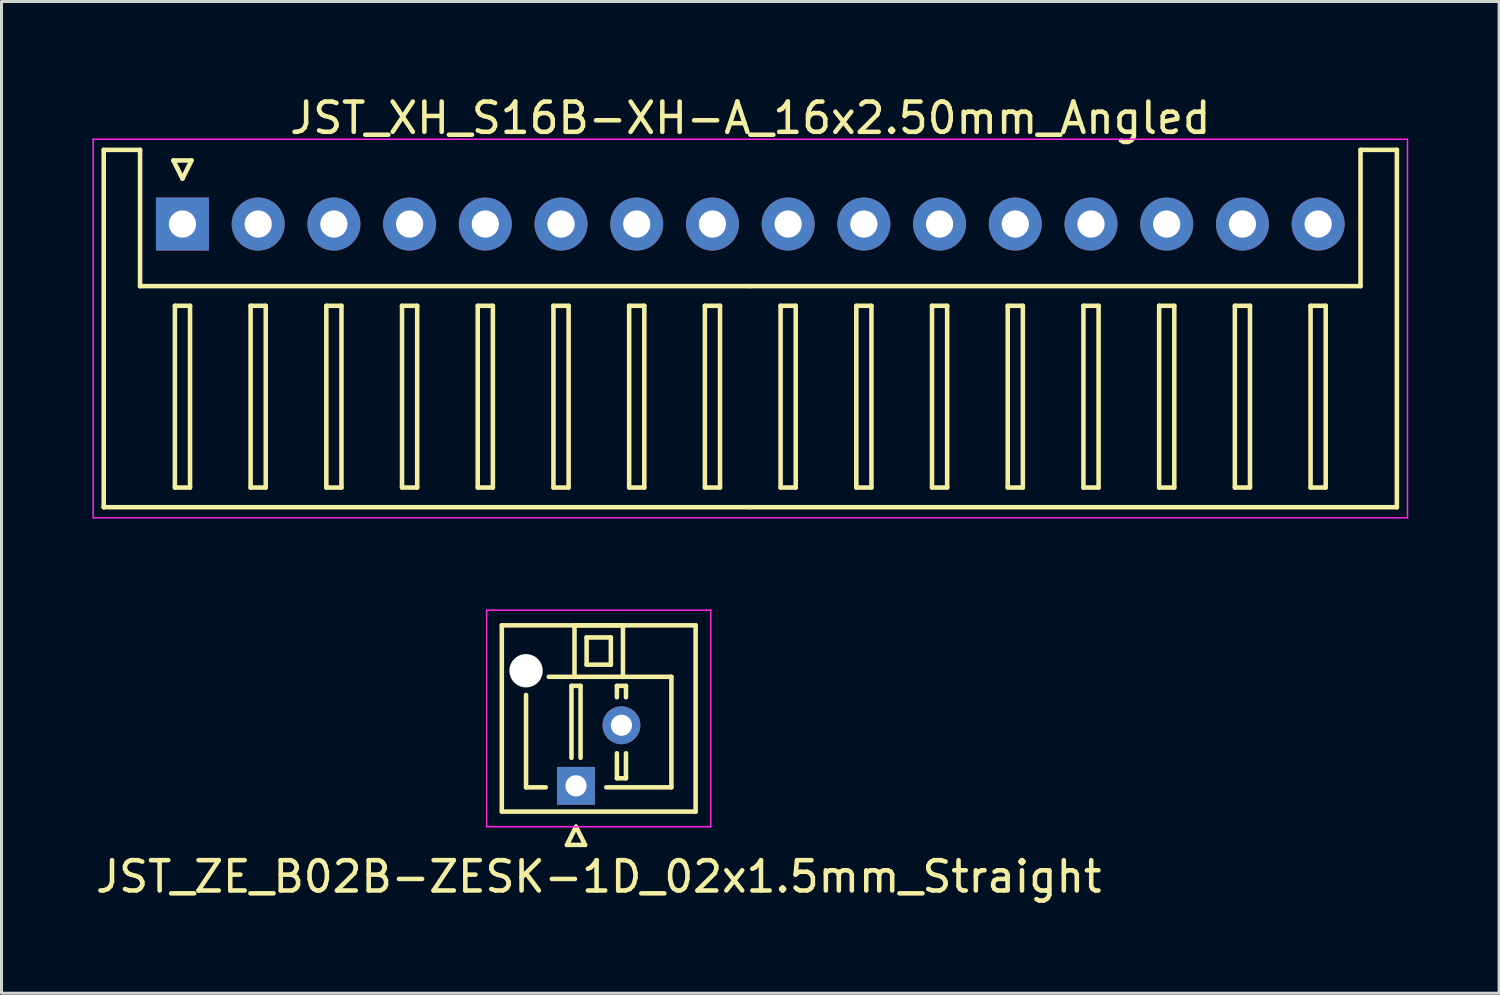
<source format=kicad_pcb>
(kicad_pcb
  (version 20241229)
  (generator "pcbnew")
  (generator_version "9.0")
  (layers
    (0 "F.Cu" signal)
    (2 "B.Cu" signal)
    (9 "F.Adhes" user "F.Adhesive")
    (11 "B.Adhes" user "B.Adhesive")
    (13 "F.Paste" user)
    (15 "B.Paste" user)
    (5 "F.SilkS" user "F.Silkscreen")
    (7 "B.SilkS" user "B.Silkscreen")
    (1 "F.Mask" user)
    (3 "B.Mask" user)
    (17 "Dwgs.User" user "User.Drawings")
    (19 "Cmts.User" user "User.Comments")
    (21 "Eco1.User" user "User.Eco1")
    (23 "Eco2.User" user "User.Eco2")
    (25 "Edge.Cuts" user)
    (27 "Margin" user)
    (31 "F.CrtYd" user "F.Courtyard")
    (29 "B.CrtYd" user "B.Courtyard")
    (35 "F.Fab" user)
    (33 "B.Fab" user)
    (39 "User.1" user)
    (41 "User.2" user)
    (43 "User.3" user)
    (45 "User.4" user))
  (footprint "JST_ZE_B02B-ZESK-1D_02x1.5mm_Straight"
    (layer "F.Cu")
    (at 15.97 22.898)
    (property "Reference" "JST_ZE_B02B-ZESK-1D_02x1.5mm_Straight" (at 0.75 3 0) (layer "F.SilkS") (effects (font (size 1 1) (thickness 0.15))))
    (attr through_hole)
    (fp_line (start -2.45 -5.3) (end -2.45 0.85) (stroke (width 0.15) (type solid)) (layer "F.SilkS"))
    (fp_line (start -2.45 0.85) (end 3.95 0.85) (stroke (width 0.15) (type solid)) (layer "F.SilkS"))
    (fp_line (start -1.65 -3) (end -1.65 0.05) (stroke (width 0.15) (type solid)) (layer "F.SilkS"))
    (fp_line (start -1.65 0.05) (end -1 0.05) (stroke (width 0.15) (type solid)) (layer "F.SilkS"))
    (fp_line (start -0.3 1.95) (end 0 1.35) (stroke (width 0.15) (type solid)) (layer "F.SilkS"))
    (fp_line (start -0.15 -3.3) (end 0.15 -3.3) (stroke (width 0.15) (type solid)) (layer "F.SilkS"))
    (fp_line (start -0.15 -0.925) (end -0.15 -3.3) (stroke (width 0.15) (type solid)) (layer "F.SilkS"))
    (fp_line (start -0.05 -5.3) (end -0.05 -3.6) (stroke (width 0.15) (type solid)) (layer "F.SilkS"))
    (fp_line (start -0.05 -3.6) (end -0.9 -3.6) (stroke (width 0.15) (type solid)) (layer "F.SilkS"))
    (fp_line (start -0.05 -3.6) (end 1.55 -3.6) (stroke (width 0.15) (type solid)) (layer "F.SilkS"))
    (fp_line (start 0 1.35) (end 0.3 1.95) (stroke (width 0.15) (type solid)) (layer "F.SilkS"))
    (fp_line (start 0.15 -3.3) (end 0.15 -0.925) (stroke (width 0.15) (type solid)) (layer "F.SilkS"))
    (fp_line (start 0.3 1.95) (end -0.3 1.95) (stroke (width 0.15) (type solid)) (layer "F.SilkS"))
    (fp_line (start 0.35 -4.9) (end 0.35 -4) (stroke (width 0.15) (type solid)) (layer "F.SilkS"))
    (fp_line (start 0.35 -4) (end 1.15 -4) (stroke (width 0.15) (type solid)) (layer "F.SilkS"))
    (fp_line (start 1.15 -4.9) (end 0.35 -4.9) (stroke (width 0.15) (type solid)) (layer "F.SilkS"))
    (fp_line (start 1.15 -4) (end 1.15 -4.9) (stroke (width 0.15) (type solid)) (layer "F.SilkS"))
    (fp_line (start 1.35 -3.3) (end 1.65 -3.3) (stroke (width 0.15) (type solid)) (layer "F.SilkS"))
    (fp_line (start 1.35 -2.925) (end 1.35 -3.3) (stroke (width 0.15) (type solid)) (layer "F.SilkS"))
    (fp_line (start 1.35 -1.075) (end 1.35 -0.25) (stroke (width 0.15) (type solid)) (layer "F.SilkS"))
    (fp_line (start 1.35 -0.25) (end 1.65 -0.25) (stroke (width 0.15) (type solid)) (layer "F.SilkS"))
    (fp_line (start 1.55 -5.3) (end -0.05 -5.3) (stroke (width 0.15) (type solid)) (layer "F.SilkS"))
    (fp_line (start 1.55 -3.6) (end 1.55 -5.3) (stroke (width 0.15) (type solid)) (layer "F.SilkS"))
    (fp_line (start 1.55 -3.6) (end 3.15 -3.6) (stroke (width 0.15) (type solid)) (layer "F.SilkS"))
    (fp_line (start 1.65 -3.3) (end 1.65 -2.925) (stroke (width 0.15) (type solid)) (layer "F.SilkS"))
    (fp_line (start 1.65 -0.25) (end 1.65 -1.075) (stroke (width 0.15) (type solid)) (layer "F.SilkS"))
    (fp_line (start 3.15 -3.6) (end 3.15 0.05) (stroke (width 0.15) (type solid)) (layer "F.SilkS"))
    (fp_line (start 3.15 0.05) (end 1 0.05) (stroke (width 0.15) (type solid)) (layer "F.SilkS"))
    (fp_line (start 3.95 -5.3) (end -2.45 -5.3) (stroke (width 0.15) (type solid)) (layer "F.SilkS"))
    (fp_line (start 3.95 0.85) (end 3.95 -5.3) (stroke (width 0.15) (type solid)) (layer "F.SilkS"))
    (fp_line (start -2.95 -5.8) (end -2.95 1.35) (stroke (width 0.05) (type solid)) (layer "F.CrtYd"))
    (fp_line (start -2.95 1.35) (end 4.45 1.35) (stroke (width 0.05) (type solid)) (layer "F.CrtYd"))
    (fp_line (start 4.45 -5.8) (end -2.95 -5.8) (stroke (width 0.05) (type solid)) (layer "F.CrtYd"))
    (fp_line (start 4.45 1.35) (end 4.45 -5.8) (stroke (width 0.05) (type solid)) (layer "F.CrtYd"))
    (pad "" np_thru_hole circle (at -1.65 -3.8) (size 1.1 1.1) (drill 1.1) (layers "*.Cu"))
    (pad "1" thru_hole rect (at 0 0) (size 1.25 1.25) (drill 0.7) (layers "*.Cu" "*.Mask"))
    (pad "2" thru_hole circle (at 1.5 -2) (size 1.25 1.25) (drill 0.7) (layers "*.Cu" "*.Mask")))
  (footprint "JST_XH_S16B-XH-A_16x2.50mm_Angled"
    (layer "F.Cu")
    (at 2.975 4.348)
    (property "Reference" "JST_XH_S16B-XH-A_16x2.50mm_Angled" (at 18.75 -3.5 0) (layer "F.SilkS") (effects (font (size 1 1) (thickness 0.15))))
    (attr through_hole)
    (fp_line (start -2.6 -2.45) (end -1.4 -2.45) (stroke (width 0.15) (type solid)) (layer "F.SilkS"))
    (fp_line (start -2.6 9.35) (end -2.6 -2.45) (stroke (width 0.15) (type solid)) (layer "F.SilkS"))
    (fp_line (start -1.4 -2.45) (end -1.4 2.05) (stroke (width 0.15) (type solid)) (layer "F.SilkS"))
    (fp_line (start -1.4 2.05) (end 18.75 2.05) (stroke (width 0.15) (type solid)) (layer "F.SilkS"))
    (fp_line (start -0.3 -2.1) (end 0.3 -2.1) (stroke (width 0.15) (type solid)) (layer "F.SilkS"))
    (fp_line (start -0.25 2.7) (end -0.25 8.7) (stroke (width 0.15) (type solid)) (layer "F.SilkS"))
    (fp_line (start -0.25 8.7) (end 0.25 8.7) (stroke (width 0.15) (type solid)) (layer "F.SilkS"))
    (fp_line (start 0 -1.5) (end -0.3 -2.1) (stroke (width 0.15) (type solid)) (layer "F.SilkS"))
    (fp_line (start 0.25 2.7) (end -0.25 2.7) (stroke (width 0.15) (type solid)) (layer "F.SilkS"))
    (fp_line (start 0.25 8.7) (end 0.25 2.7) (stroke (width 0.15) (type solid)) (layer "F.SilkS"))
    (fp_line (start 0.3 -2.1) (end 0 -1.5) (stroke (width 0.15) (type solid)) (layer "F.SilkS"))
    (fp_line (start 2.25 2.7) (end 2.25 8.7) (stroke (width 0.15) (type solid)) (layer "F.SilkS"))
    (fp_line (start 2.25 8.7) (end 2.75 8.7) (stroke (width 0.15) (type solid)) (layer "F.SilkS"))
    (fp_line (start 2.75 2.7) (end 2.25 2.7) (stroke (width 0.15) (type solid)) (layer "F.SilkS"))
    (fp_line (start 2.75 8.7) (end 2.75 2.7) (stroke (width 0.15) (type solid)) (layer "F.SilkS"))
    (fp_line (start 4.75 2.7) (end 4.75 8.7) (stroke (width 0.15) (type solid)) (layer "F.SilkS"))
    (fp_line (start 4.75 8.7) (end 5.25 8.7) (stroke (width 0.15) (type solid)) (layer "F.SilkS"))
    (fp_line (start 5.25 2.7) (end 4.75 2.7) (stroke (width 0.15) (type solid)) (layer "F.SilkS"))
    (fp_line (start 5.25 8.7) (end 5.25 2.7) (stroke (width 0.15) (type solid)) (layer "F.SilkS"))
    (fp_line (start 7.25 2.7) (end 7.25 8.7) (stroke (width 0.15) (type solid)) (layer "F.SilkS"))
    (fp_line (start 7.25 8.7) (end 7.75 8.7) (stroke (width 0.15) (type solid)) (layer "F.SilkS"))
    (fp_line (start 7.75 2.7) (end 7.25 2.7) (stroke (width 0.15) (type solid)) (layer "F.SilkS"))
    (fp_line (start 7.75 8.7) (end 7.75 2.7) (stroke (width 0.15) (type solid)) (layer "F.SilkS"))
    (fp_line (start 9.75 2.7) (end 9.75 8.7) (stroke (width 0.15) (type solid)) (layer "F.SilkS"))
    (fp_line (start 9.75 8.7) (end 10.25 8.7) (stroke (width 0.15) (type solid)) (layer "F.SilkS"))
    (fp_line (start 10.25 2.7) (end 9.75 2.7) (stroke (width 0.15) (type solid)) (layer "F.SilkS"))
    (fp_line (start 10.25 8.7) (end 10.25 2.7) (stroke (width 0.15) (type solid)) (layer "F.SilkS"))
    (fp_line (start 12.25 2.7) (end 12.25 8.7) (stroke (width 0.15) (type solid)) (layer "F.SilkS"))
    (fp_line (start 12.25 8.7) (end 12.75 8.7) (stroke (width 0.15) (type solid)) (layer "F.SilkS"))
    (fp_line (start 12.75 2.7) (end 12.25 2.7) (stroke (width 0.15) (type solid)) (layer "F.SilkS"))
    (fp_line (start 12.75 8.7) (end 12.75 2.7) (stroke (width 0.15) (type solid)) (layer "F.SilkS"))
    (fp_line (start 14.75 2.7) (end 14.75 8.7) (stroke (width 0.15) (type solid)) (layer "F.SilkS"))
    (fp_line (start 14.75 8.7) (end 15.25 8.7) (stroke (width 0.15) (type solid)) (layer "F.SilkS"))
    (fp_line (start 15.25 2.7) (end 14.75 2.7) (stroke (width 0.15) (type solid)) (layer "F.SilkS"))
    (fp_line (start 15.25 8.7) (end 15.25 2.7) (stroke (width 0.15) (type solid)) (layer "F.SilkS"))
    (fp_line (start 17.25 2.7) (end 17.25 8.7) (stroke (width 0.15) (type solid)) (layer "F.SilkS"))
    (fp_line (start 17.25 8.7) (end 17.75 8.7) (stroke (width 0.15) (type solid)) (layer "F.SilkS"))
    (fp_line (start 17.75 2.7) (end 17.25 2.7) (stroke (width 0.15) (type solid)) (layer "F.SilkS"))
    (fp_line (start 17.75 8.7) (end 17.75 2.7) (stroke (width 0.15) (type solid)) (layer "F.SilkS"))
    (fp_line (start 18.75 9.35) (end -2.6 9.35) (stroke (width 0.15) (type solid)) (layer "F.SilkS"))
    (fp_line (start 18.75 9.35) (end 40.1 9.35) (stroke (width 0.15) (type solid)) (layer "F.SilkS"))
    (fp_line (start 19.75 2.7) (end 19.75 8.7) (stroke (width 0.15) (type solid)) (layer "F.SilkS"))
    (fp_line (start 19.75 8.7) (end 20.25 8.7) (stroke (width 0.15) (type solid)) (layer "F.SilkS"))
    (fp_line (start 20.25 2.7) (end 19.75 2.7) (stroke (width 0.15) (type solid)) (layer "F.SilkS"))
    (fp_line (start 20.25 8.7) (end 20.25 2.7) (stroke (width 0.15) (type solid)) (layer "F.SilkS"))
    (fp_line (start 22.25 2.7) (end 22.25 8.7) (stroke (width 0.15) (type solid)) (layer "F.SilkS"))
    (fp_line (start 22.25 8.7) (end 22.75 8.7) (stroke (width 0.15) (type solid)) (layer "F.SilkS"))
    (fp_line (start 22.75 2.7) (end 22.25 2.7) (stroke (width 0.15) (type solid)) (layer "F.SilkS"))
    (fp_line (start 22.75 8.7) (end 22.75 2.7) (stroke (width 0.15) (type solid)) (layer "F.SilkS"))
    (fp_line (start 24.75 2.7) (end 24.75 8.7) (stroke (width 0.15) (type solid)) (layer "F.SilkS"))
    (fp_line (start 24.75 8.7) (end 25.25 8.7) (stroke (width 0.15) (type solid)) (layer "F.SilkS"))
    (fp_line (start 25.25 2.7) (end 24.75 2.7) (stroke (width 0.15) (type solid)) (layer "F.SilkS"))
    (fp_line (start 25.25 8.7) (end 25.25 2.7) (stroke (width 0.15) (type solid)) (layer "F.SilkS"))
    (fp_line (start 27.25 2.7) (end 27.25 8.7) (stroke (width 0.15) (type solid)) (layer "F.SilkS"))
    (fp_line (start 27.25 8.7) (end 27.75 8.7) (stroke (width 0.15) (type solid)) (layer "F.SilkS"))
    (fp_line (start 27.75 2.7) (end 27.25 2.7) (stroke (width 0.15) (type solid)) (layer "F.SilkS"))
    (fp_line (start 27.75 8.7) (end 27.75 2.7) (stroke (width 0.15) (type solid)) (layer "F.SilkS"))
    (fp_line (start 29.75 2.7) (end 29.75 8.7) (stroke (width 0.15) (type solid)) (layer "F.SilkS"))
    (fp_line (start 29.75 8.7) (end 30.25 8.7) (stroke (width 0.15) (type solid)) (layer "F.SilkS"))
    (fp_line (start 30.25 2.7) (end 29.75 2.7) (stroke (width 0.15) (type solid)) (layer "F.SilkS"))
    (fp_line (start 30.25 8.7) (end 30.25 2.7) (stroke (width 0.15) (type solid)) (layer "F.SilkS"))
    (fp_line (start 32.25 2.7) (end 32.25 8.7) (stroke (width 0.15) (type solid)) (layer "F.SilkS"))
    (fp_line (start 32.25 8.7) (end 32.75 8.7) (stroke (width 0.15) (type solid)) (layer "F.SilkS"))
    (fp_line (start 32.75 2.7) (end 32.25 2.7) (stroke (width 0.15) (type solid)) (layer "F.SilkS"))
    (fp_line (start 32.75 8.7) (end 32.75 2.7) (stroke (width 0.15) (type solid)) (layer "F.SilkS"))
    (fp_line (start 34.75 2.7) (end 34.75 8.7) (stroke (width 0.15) (type solid)) (layer "F.SilkS"))
    (fp_line (start 34.75 8.7) (end 35.25 8.7) (stroke (width 0.15) (type solid)) (layer "F.SilkS"))
    (fp_line (start 35.25 2.7) (end 34.75 2.7) (stroke (width 0.15) (type solid)) (layer "F.SilkS"))
    (fp_line (start 35.25 8.7) (end 35.25 2.7) (stroke (width 0.15) (type solid)) (layer "F.SilkS"))
    (fp_line (start 37.25 2.7) (end 37.25 8.7) (stroke (width 0.15) (type solid)) (layer "F.SilkS"))
    (fp_line (start 37.25 8.7) (end 37.75 8.7) (stroke (width 0.15) (type solid)) (layer "F.SilkS"))
    (fp_line (start 37.75 2.7) (end 37.25 2.7) (stroke (width 0.15) (type solid)) (layer "F.SilkS"))
    (fp_line (start 37.75 8.7) (end 37.75 2.7) (stroke (width 0.15) (type solid)) (layer "F.SilkS"))
    (fp_line (start 38.9 -2.45) (end 38.9 2.05) (stroke (width 0.15) (type solid)) (layer "F.SilkS"))
    (fp_line (start 38.9 2.05) (end 18.75 2.05) (stroke (width 0.15) (type solid)) (layer "F.SilkS"))
    (fp_line (start 40.1 -2.45) (end 38.9 -2.45) (stroke (width 0.15) (type solid)) (layer "F.SilkS"))
    (fp_line (start 40.1 9.35) (end 40.1 -2.45) (stroke (width 0.15) (type solid)) (layer "F.SilkS"))
    (fp_line (start -2.95 -2.8) (end -2.95 9.7) (stroke (width 0.05) (type solid)) (layer "F.CrtYd"))
    (fp_line (start -2.95 9.7) (end 40.45 9.7) (stroke (width 0.05) (type solid)) (layer "F.CrtYd"))
    (fp_line (start 40.45 -2.8) (end -2.95 -2.8) (stroke (width 0.05) (type solid)) (layer "F.CrtYd"))
    (fp_line (start 40.45 9.7) (end 40.45 -2.8) (stroke (width 0.05) (type solid)) (layer "F.CrtYd"))
    (pad "1" thru_hole rect (at 0 0) (size 1.75 1.75) (drill 0.9) (layers "*.Cu" "*.Mask"))
    (pad "2" thru_hole circle (at 2.5 0) (size 1.75 1.75) (drill 0.9) (layers "*.Cu" "*.Mask"))
    (pad "3" thru_hole circle (at 5 0) (size 1.75 1.75) (drill 0.9) (layers "*.Cu" "*.Mask"))
    (pad "4" thru_hole circle (at 7.5 0) (size 1.75 1.75) (drill 0.9) (layers "*.Cu" "*.Mask"))
    (pad "5" thru_hole circle (at 10 0) (size 1.75 1.75) (drill 0.9) (layers "*.Cu" "*.Mask"))
    (pad "6" thru_hole circle (at 12.5 0) (size 1.75 1.75) (drill 0.9) (layers "*.Cu" "*.Mask"))
    (pad "7" thru_hole circle (at 15 0) (size 1.75 1.75) (drill 0.9) (layers "*.Cu" "*.Mask"))
    (pad "8" thru_hole circle (at 17.5 0) (size 1.75 1.75) (drill 0.9) (layers "*.Cu" "*.Mask"))
    (pad "9" thru_hole circle (at 20 0) (size 1.75 1.75) (drill 0.9) (layers "*.Cu" "*.Mask"))
    (pad "10" thru_hole circle (at 22.5 0) (size 1.75 1.75) (drill 0.9) (layers "*.Cu" "*.Mask"))
    (pad "11" thru_hole circle (at 25 0) (size 1.75 1.75) (drill 0.9) (layers "*.Cu" "*.Mask"))
    (pad "12" thru_hole circle (at 27.5 0) (size 1.75 1.75) (drill 0.9) (layers "*.Cu" "*.Mask"))
    (pad "13" thru_hole circle (at 30 0) (size 1.75 1.75) (drill 0.9) (layers "*.Cu" "*.Mask"))
    (pad "14" thru_hole circle (at 32.5 0) (size 1.75 1.75) (drill 0.9) (layers "*.Cu" "*.Mask"))
    (pad "15" thru_hole circle (at 35 0) (size 1.75 1.75) (drill 0.9) (layers "*.Cu" "*.Mask"))
    (pad "16" thru_hole circle (at 37.5 0) (size 1.75 1.75) (drill 0.9) (layers "*.Cu" "*.Mask")))
  (gr_rect
    (start -3 -3)
    (end 46.45 29.747)
    (stroke (width 0.1) (type default))
    (fill no)
    (layer "Edge.Cuts")))
</source>
